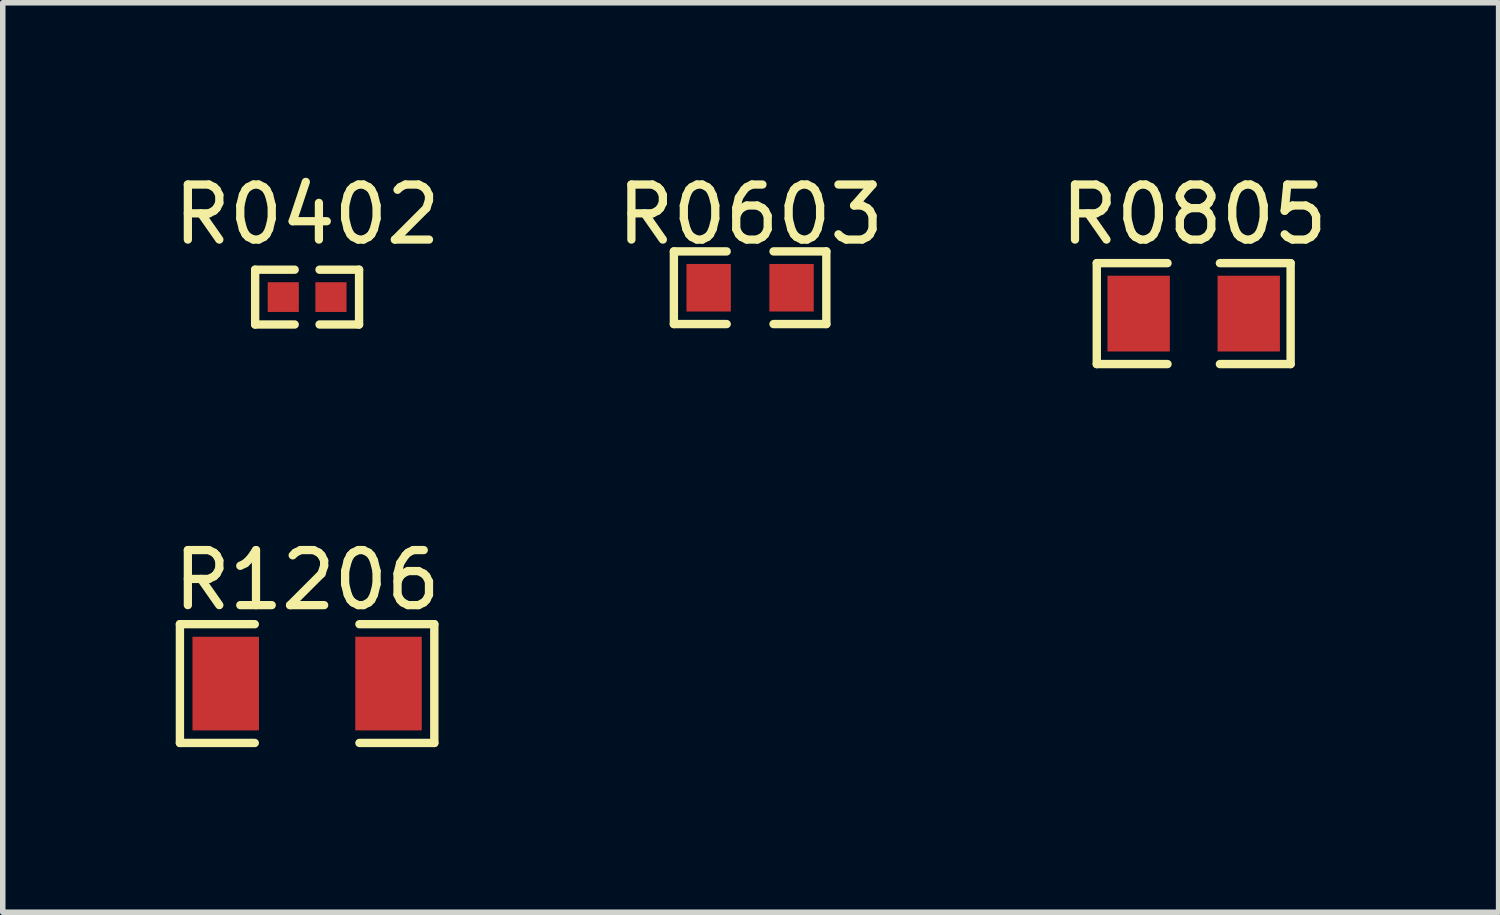
<source format=kicad_pcb>
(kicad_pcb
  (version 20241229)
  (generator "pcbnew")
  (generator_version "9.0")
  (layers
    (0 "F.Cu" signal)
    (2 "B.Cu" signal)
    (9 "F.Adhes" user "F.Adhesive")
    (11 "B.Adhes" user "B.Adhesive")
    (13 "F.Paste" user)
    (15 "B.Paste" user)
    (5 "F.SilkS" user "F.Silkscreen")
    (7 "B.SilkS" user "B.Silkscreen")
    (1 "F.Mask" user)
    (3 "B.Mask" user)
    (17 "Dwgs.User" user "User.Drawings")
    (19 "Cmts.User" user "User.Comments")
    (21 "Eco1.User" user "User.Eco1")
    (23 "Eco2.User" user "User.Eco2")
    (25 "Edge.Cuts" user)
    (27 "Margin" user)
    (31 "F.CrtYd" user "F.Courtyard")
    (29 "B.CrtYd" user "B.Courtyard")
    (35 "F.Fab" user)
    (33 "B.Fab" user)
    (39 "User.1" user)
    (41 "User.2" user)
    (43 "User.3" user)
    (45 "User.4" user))
  (footprint "R0402"
    (layer "F.Cu")
    (at 2.53 2.348)
    (property "Reference" "R0402" (at 0 -1.5 0) (layer "F.SilkS") (effects (font (size 1 1) (thickness 0.15))))
    (fp_line (start -0.944 -0.498) (end -0.226 -0.498) (stroke (width 0.152) (type default)) (layer "F.SilkS"))
    (fp_line (start -0.944 0.498) (end -0.944 -0.498) (stroke (width 0.152) (type default)) (layer "F.SilkS"))
    (fp_line (start -0.226 0.498) (end -0.944 0.498) (stroke (width 0.152) (type default)) (layer "F.SilkS"))
    (fp_line (start 0.226 0.498) (end 0.944 0.498) (stroke (width 0.152) (type default)) (layer "F.SilkS"))
    (fp_line (start 0.944 -0.498) (end 0.226 -0.498) (stroke (width 0.152) (type default)) (layer "F.SilkS"))
    (fp_line (start 0.944 0.498) (end 0.944 -0.498) (stroke (width 0.152) (type default)) (layer "F.SilkS"))
    (fp_poly (pts (xy -0.135 0.23) (xy -0.135 -0.23) (xy -0.175 -0.27) (xy -0.675 -0.27) (xy -0.716 -0.23) (xy -0.716 0.23) (xy -0.675 0.27) (xy -0.175 0.27)) (stroke (width 0) (type default)) (fill yes) (layer "F.Paste"))
    (fp_poly (pts (xy 0.135 0.23) (xy 0.135 -0.23) (xy 0.175 -0.27) (xy 0.675 -0.27) (xy 0.716 -0.23) (xy 0.716 0.23) (xy 0.675 0.27) (xy 0.175 0.27)) (stroke (width 0) (type default)) (fill yes) (layer "F.Paste"))
    (fp_poly (pts (xy -0.249 -0.25) (xy -0.249 0.25) (xy -0.499 0.25) (xy -0.499 -0.25)) (stroke (width 0.1) (type default)) (fill no) (layer "User.1"))
    (fp_poly (pts (xy 0.252 0.25) (xy 0.252 -0.25) (xy 0.501 -0.25) (xy 0.501 0.25)) (stroke (width 0.1) (type default)) (fill no) (layer "User.1"))
    (fp_line (start -0.5 -0.25) (end 0.5 -0.25) (stroke (width 0.051) (type default)) (layer "User.2"))
    (fp_line (start -0.5 0.25) (end -0.5 -0.25) (stroke (width 0.051) (type default)) (layer "User.2"))
    (fp_line (start 0.5 -0.25) (end 0.5 0.25) (stroke (width 0.051) (type default)) (layer "User.2"))
    (fp_line (start 0.5 0.25) (end -0.5 0.25) (stroke (width 0.051) (type default)) (layer "User.2"))
    (fp_poly (pts (xy -0.44 0.25) (xy -0.458 0.208) (xy -0.5 0.19) (xy -0.542 0.208) (xy -0.56 0.25) (xy -0.542 0.292) (xy -0.5 0.31) (xy -0.458 0.292)) (stroke (width 0.1) (type default)) (fill no) (layer "User.3"))
    (pad "1" smd rect (at -0.433 0) (size 0.566 0.54) (layers "F.Cu" "F.Mask" "F.Paste"))
    (pad "2" smd rect (at 0.433 0) (size 0.566 0.54) (layers "F.Cu" "F.Mask" "F.Paste")))
  (footprint "R0805"
    (layer "F.Cu")
    (at 18.639 2.648)
    (property "Reference" "R0805" (at 0.01 -1.8 0) (layer "F.SilkS") (effects (font (size 1 1) (thickness 0.15))))
    (fp_line (start -1.761 -0.917) (end -0.476 -0.917) (stroke (width 0.152) (type default)) (layer "F.SilkS"))
    (fp_line (start -1.761 0.917) (end -1.761 -0.917) (stroke (width 0.152) (type default)) (layer "F.SilkS"))
    (fp_line (start -0.476 0.917) (end -1.761 0.917) (stroke (width 0.152) (type default)) (layer "F.SilkS"))
    (fp_line (start 0.476 0.917) (end 1.761 0.917) (stroke (width 0.152) (type default)) (layer "F.SilkS"))
    (fp_line (start 1.761 -0.917) (end 0.476 -0.917) (stroke (width 0.152) (type default)) (layer "F.SilkS"))
    (fp_line (start 1.761 0.917) (end 1.761 -0.917) (stroke (width 0.152) (type default)) (layer "F.SilkS"))
    (fp_poly (pts (xy -1.7 0.64) (xy -1.7 -0.64) (xy -1.65 -0.69) (xy -0.5 -0.69) (xy -0.45 -0.64) (xy -0.445 -0.23) (xy -0.895 -0.23) (xy -0.895 0.22) (xy -0.455 0.22) (xy -0.45 0.64) (xy -0.5 0.69) (xy -1.65 0.69)) (stroke (width 0) (type default)) (fill yes) (layer "F.Paste"))
    (fp_poly (pts (xy 0.45 0.64) (xy 0.45 0.22) (xy 0.895 0.22) (xy 0.895 -0.23) (xy 0.455 -0.23) (xy 0.45 -0.64) (xy 0.5 -0.69) (xy 1.65 -0.69) (xy 1.7 -0.64) (xy 1.7 0.64) (xy 1.65 0.69) (xy 0.5 0.69)) (stroke (width 0) (type default)) (fill yes) (layer "F.Paste"))
    (fp_poly (pts (xy -1 0.637) (xy -1 -0.637) (xy -0.6 -0.637) (xy -0.6 0.637)) (stroke (width 0.1) (type default)) (fill no) (layer "User.1"))
    (fp_poly (pts (xy 1 0.637) (xy 1 -0.637) (xy 0.6 -0.637) (xy 0.6 0.637)) (stroke (width 0.1) (type default)) (fill no) (layer "User.1"))
    (fp_line (start -1 -0.637) (end 1 -0.637) (stroke (width 0.051) (type default)) (layer "User.2"))
    (fp_line (start -1 0.637) (end -1 -0.637) (stroke (width 0.051) (type default)) (layer "User.2"))
    (fp_line (start 1 -0.637) (end 1 0.637) (stroke (width 0.051) (type default)) (layer "User.2"))
    (fp_line (start 1 0.637) (end -1 0.637) (stroke (width 0.051) (type default)) (layer "User.2"))
    (fp_poly (pts (xy -0.94 0.637) (xy -0.958 0.595) (xy -1 0.578) (xy -1.042 0.595) (xy -1.06 0.637) (xy -1.042 0.68) (xy -1 0.698) (xy -0.958 0.68)) (stroke (width 0.1) (type default)) (fill no) (layer "User.3"))
    (pad "1" smd rect (at -1 0) (size 1.133 1.377) (layers "F.Cu" "F.Mask" "F.Paste"))
    (pad "2" smd rect (at 1 0) (size 1.133 1.377) (layers "F.Cu" "F.Mask" "F.Paste")))
  (footprint "R0603"
    (layer "F.Cu")
    (at 10.579 2.178)
    (property "Reference" "R0603" (at 0.01 -1.33 0) (layer "F.SilkS") (effects (font (size 1 1) (thickness 0.15))))
    (fp_line (start -1.385 -0.66) (end -0.426 -0.66) (stroke (width 0.152) (type default)) (layer "F.SilkS"))
    (fp_line (start -1.385 0.66) (end -1.385 -0.66) (stroke (width 0.152) (type default)) (layer "F.SilkS"))
    (fp_line (start -0.426 0.66) (end -1.385 0.66) (stroke (width 0.152) (type default)) (layer "F.SilkS"))
    (fp_line (start 0.426 0.66) (end 1.385 0.66) (stroke (width 0.152) (type default)) (layer "F.SilkS"))
    (fp_line (start 1.385 -0.66) (end 0.426 -0.66) (stroke (width 0.152) (type default)) (layer "F.SilkS"))
    (fp_line (start 1.385 0.66) (end 1.385 -0.66) (stroke (width 0.152) (type default)) (layer "F.SilkS"))
    (fp_poly (pts (xy -1.195 0.45) (xy -0.395 0.45) (xy -0.345 0.4) (xy -0.345 0.172) (xy -0.715 0.172) (xy -0.715 -0.158) (xy -0.345 -0.158) (xy -0.345 -0.4) (xy -0.395 -0.45) (xy -1.195 -0.45) (xy -1.245 -0.4) (xy -1.245 0.4)) (stroke (width 0) (type default)) (fill yes) (layer "F.Paste"))
    (fp_poly (pts (xy 1.195 -0.45) (xy 0.395 -0.45) (xy 0.345 -0.4) (xy 0.345 -0.172) (xy 0.715 -0.172) (xy 0.715 0.158) (xy 0.345 0.158) (xy 0.345 0.4) (xy 0.395 0.45) (xy 1.195 0.45) (xy 1.245 0.4) (xy 1.245 -0.4)) (stroke (width 0) (type default)) (fill yes) (layer "F.Paste"))
    (fp_poly (pts (xy -0.8 0.4) (xy -0.8 -0.4) (xy -0.5 -0.4) (xy -0.5 0.4)) (stroke (width 0.1) (type default)) (fill no) (layer "User.1"))
    (fp_poly (pts (xy 0.8 0.4) (xy 0.8 -0.4) (xy 0.5 -0.4) (xy 0.5 0.4)) (stroke (width 0.1) (type default)) (fill no) (layer "User.1"))
    (fp_line (start -0.8 -0.4) (end 0.8 -0.4) (stroke (width 0.051) (type default)) (layer "User.2"))
    (fp_line (start -0.8 0.4) (end -0.8 -0.4) (stroke (width 0.051) (type default)) (layer "User.2"))
    (fp_line (start 0.8 -0.4) (end 0.8 0.4) (stroke (width 0.051) (type default)) (layer "User.2"))
    (fp_line (start 0.8 0.4) (end -0.8 0.4) (stroke (width 0.051) (type default)) (layer "User.2"))
    (fp_poly (pts (xy -0.74 0.4) (xy -0.758 0.358) (xy -0.8 0.34) (xy -0.842 0.358) (xy -0.86 0.4) (xy -0.842 0.442) (xy -0.8 0.46) (xy -0.758 0.442)) (stroke (width 0.1) (type default)) (fill no) (layer "User.3"))
    (pad "1" smd rect (at -0.753 0) (size 0.806 0.864) (layers "F.Cu" "F.Mask" "F.Paste"))
    (pad "2" smd rect (at 0.753 0) (size 0.806 0.864) (layers "F.Cu" "F.Mask" "F.Paste")))
  (footprint "R1206"
    (layer "F.Cu")
    (at 2.53 9.37)
    (property "Reference" "R1206" (at 0 -1.88 0) (layer "F.SilkS") (effects (font (size 1 1) (thickness 0.15))))
    (fp_line (start -2.311 -1.079) (end -0.951 -1.079) (stroke (width 0.152) (type default)) (layer "F.SilkS"))
    (fp_line (start -2.311 1.079) (end -2.311 -1.079) (stroke (width 0.152) (type default)) (layer "F.SilkS"))
    (fp_line (start -0.951 1.079) (end -2.311 1.079) (stroke (width 0.152) (type default)) (layer "F.SilkS"))
    (fp_line (start 0.951 1.079) (end 2.311 1.079) (stroke (width 0.152) (type default)) (layer "F.SilkS"))
    (fp_line (start 2.311 -1.079) (end 0.951 -1.079) (stroke (width 0.152) (type default)) (layer "F.SilkS"))
    (fp_line (start 2.311 1.079) (end 2.311 -1.079) (stroke (width 0.152) (type default)) (layer "F.SilkS"))
    (fp_poly (pts (xy -0.875 0.75) (xy -0.875 0.389) (xy -0.975 0.289) (xy -1.185 0.289) (xy -1.286 0.189) (xy -1.286 -0.189) (xy -1.185 -0.289) (xy -0.975 -0.289) (xy -0.875 -0.389) (xy -0.875 -0.75) (xy -0.975 -0.851) (xy -1.982 -0.851) (xy -2.083 -0.75) (xy -2.083 0.75) (xy -1.982 0.851) (xy -0.975 0.851)) (stroke (width 0) (type default)) (fill yes) (layer "F.Paste"))
    (fp_poly (pts (xy 0.875 0.75) (xy 0.875 0.389) (xy 0.975 0.289) (xy 1.185 0.289) (xy 1.286 0.189) (xy 1.286 -0.189) (xy 1.185 -0.289) (xy 0.975 -0.289) (xy 0.875 -0.389) (xy 0.875 -0.75) (xy 0.975 -0.851) (xy 1.982 -0.851) (xy 2.083 -0.75) (xy 2.083 0.75) (xy 1.982 0.851) (xy 0.975 0.851)) (stroke (width 0) (type default)) (fill yes) (layer "F.Paste"))
    (fp_poly (pts (xy -1.55 0.787) (xy -1.55 -0.787) (xy -1.1 -0.787) (xy -1.1 0.787)) (stroke (width 0.1) (type default)) (fill no) (layer "User.1"))
    (fp_poly (pts (xy 1.55 0.787) (xy 1.55 -0.787) (xy 1.1 -0.787) (xy 1.1 0.787)) (stroke (width 0.1) (type default)) (fill no) (layer "User.1"))
    (fp_line (start -1.55 -0.787) (end 1.55 -0.787) (stroke (width 0.051) (type default)) (layer "User.2"))
    (fp_line (start -1.55 0.787) (end -1.55 -0.787) (stroke (width 0.051) (type default)) (layer "User.2"))
    (fp_line (start 1.55 -0.787) (end 1.55 0.787) (stroke (width 0.051) (type default)) (layer "User.2"))
    (fp_line (start 1.55 0.787) (end -1.55 0.787) (stroke (width 0.051) (type default)) (layer "User.2"))
    (fp_poly (pts (xy -1.49 0.787) (xy -1.508 0.745) (xy -1.55 0.728) (xy -1.592 0.745) (xy -1.61 0.787) (xy -1.592 0.83) (xy -1.55 0.848) (xy -1.508 0.83)) (stroke (width 0.1) (type default)) (fill no) (layer "User.3"))
    (pad "1" smd rect (at -1.479 0) (size 1.208 1.701) (layers "F.Cu" "F.Mask" "F.Paste"))
    (pad "2" smd rect (at 1.479 0) (size 1.208 1.701) (layers "F.Cu" "F.Mask" "F.Paste")))
  (gr_rect
    (start -3 -3)
    (end 24.179 13.525)
    (stroke (width 0.1) (type default))
    (fill no)
    (layer "Edge.Cuts")))
</source>
